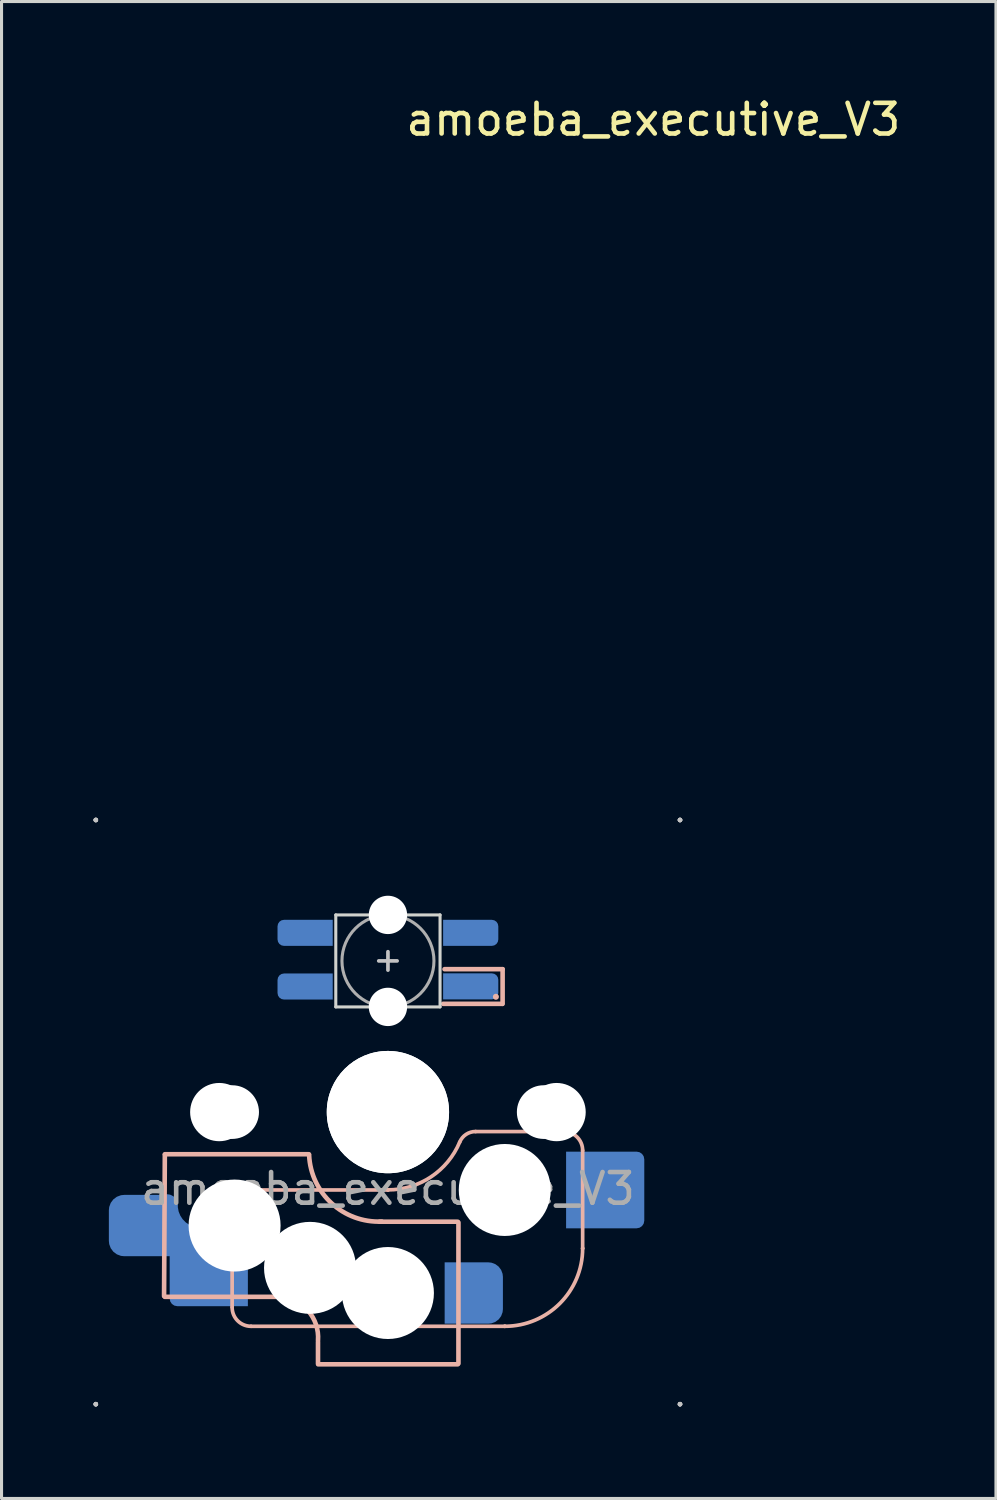
<source format=kicad_pcb>
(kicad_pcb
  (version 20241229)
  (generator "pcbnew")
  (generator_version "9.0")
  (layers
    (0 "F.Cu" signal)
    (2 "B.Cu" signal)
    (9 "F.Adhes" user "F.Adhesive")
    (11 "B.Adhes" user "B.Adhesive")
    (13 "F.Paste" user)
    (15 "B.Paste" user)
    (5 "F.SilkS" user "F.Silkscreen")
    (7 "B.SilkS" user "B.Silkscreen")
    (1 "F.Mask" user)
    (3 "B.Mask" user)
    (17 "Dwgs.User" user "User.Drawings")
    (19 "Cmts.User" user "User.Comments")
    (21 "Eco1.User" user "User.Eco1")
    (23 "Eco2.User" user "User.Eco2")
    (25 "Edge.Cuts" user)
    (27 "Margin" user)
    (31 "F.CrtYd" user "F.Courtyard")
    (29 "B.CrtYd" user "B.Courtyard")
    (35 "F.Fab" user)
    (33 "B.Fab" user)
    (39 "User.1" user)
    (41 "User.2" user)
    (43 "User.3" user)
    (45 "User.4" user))
  (footprint "amoeba_executive_V3"
    (layer "F.Cu")
    (at 9.6 33.215)
    (property "Reference" "amoeba_executive_V3" (at 8.655 -32.367 0) (unlocked yes) (layer "F.SilkS") (effects (font (size 1 1) (thickness 0.15))))
    (attr through_hole)
    (fp_line (start -7.275 1.4) (end -7.3 6) (stroke (width 0.15) (type solid)) (layer "B.SilkS"))
    (fp_line (start -5.08 2.54) (end -5.08 2.54) (stroke (width 0.12) (type solid)) (layer "B.SilkS"))
    (fp_line (start -5.08 2.54) (end -5.08 2.54) (stroke (width 0.12) (type solid)) (layer "B.SilkS"))
    (fp_line (start -5.08 6.36) (end -5.08 2.54) (stroke (width 0.12) (type solid)) (layer "B.SilkS"))
    (fp_line (start -4.46 6.985) (end 3.81 6.985) (stroke (width 0.12) (type solid)) (layer "B.SilkS"))
    (fp_line (start -3.5 6.025) (end -7.275 6.025) (stroke (width 0.15) (type solid)) (layer "B.SilkS"))
    (fp_line (start -2.575 1.375) (end -7.275 1.375) (stroke (width 0.15) (type solid)) (layer "B.SilkS"))
    (fp_line (start -2.28 7.5) (end -2.28 8.2) (stroke (width 0.15) (type solid)) (layer "B.SilkS"))
    (fp_line (start 0 2.54) (end -5.08 2.54) (stroke (width 0.12) (type solid)) (layer "B.SilkS"))
    (fp_line (start 0 2.54) (end 0 2.54) (stroke (width 0.12) (type solid)) (layer "B.SilkS"))
    (fp_line (start 1.8 -3.53) (end 3.724 -3.53) (stroke (width 0.15) (type solid)) (layer "B.SilkS"))
    (fp_line (start 2.275 3.575) (end -0.275 3.575) (stroke (width 0.15) (type solid)) (layer "B.SilkS"))
    (fp_line (start 2.275 8.225) (end -2.275 8.225) (stroke (width 0.15) (type solid)) (layer "B.SilkS"))
    (fp_line (start 2.3 3.6) (end 2.3 8.2) (stroke (width 0.15) (type solid)) (layer "B.SilkS"))
    (fp_line (start 2.86 0.635) (end 5.72 0.635) (stroke (width 0.12) (type solid)) (layer "B.SilkS"))
    (fp_line (start 3.74 -4.66) (end 1.847 -4.66) (stroke (width 0.15) (type solid)) (layer "B.SilkS"))
    (fp_line (start 3.74 -3.53) (end 3.74 -4.66) (stroke (width 0.15) (type solid)) (layer "B.SilkS"))
    (fp_line (start 3.81 6.985) (end 3.81 6.985) (stroke (width 0.12) (type solid)) (layer "B.SilkS"))
    (fp_line (start 6.35 1.25) (end 6.35 4.445) (stroke (width 0.12) (type solid)) (layer "B.SilkS"))
    (fp_line (start 6.35 4.445) (end 6.35 4.445) (stroke (width 0.12) (type solid)) (layer "B.SilkS"))
    (fp_arc (start -4.465 6.985) (mid -4.899871 6.804871) (end -5.08 6.37) (stroke (width 0.12) (type default)) (layer "B.SilkS"))
    (fp_arc (start -3.5 6.03) (mid -2.595908 6.48733) (end -2.28 7.45) (stroke (width 0.15) (type solid)) (layer "B.SilkS"))
    (fp_arc (start -0.2 3.57) (mid -1.834422 2.975843) (end -2.57 1.4) (stroke (width 0.15) (type solid)) (layer "B.SilkS"))
    (fp_arc (start 2.34 0.98) (mid 1.405313 2.11213) (end 0 2.536928) (stroke (width 0.12) (type solid)) (layer "B.SilkS"))
    (fp_arc (start 2.34 0.98) (mid 2.547383 0.727891) (end 2.859999 0.633863) (stroke (width 0.12) (type default)) (layer "B.SilkS"))
    (fp_arc (start 5.735129 0.635) (mid 6.170016 0.815134) (end 6.350129 1.25) (stroke (width 0.12) (type default)) (layer "B.SilkS"))
    (fp_arc (start 6.35 4.445) (mid 5.606051 6.241051) (end 3.81 6.985) (stroke (width 0.12) (type solid)) (layer "B.SilkS"))
    (fp_circle (center 3.521 -3.76) (end 3.62 -3.76) (stroke (width 0) (type solid)) (fill yes) (layer "B.SilkS"))
    (fp_line (start -9.525 -9.525) (end -9.525 -9.525) (stroke (width 0.15) (type solid)) (layer "Dwgs.User"))
    (fp_line (start -9.525 -9.525) (end -9.525 -9.525) (stroke (width 0.15) (type solid)) (layer "Dwgs.User"))
    (fp_line (start -9.525 -9.525) (end -9.525 -9.525) (stroke (width 0.15) (type solid)) (layer "Dwgs.User"))
    (fp_line (start -9.525 -9.525) (end -9.525 -9.525) (stroke (width 0.15) (type solid)) (layer "Dwgs.User"))
    (fp_line (start -9.525 9.525) (end -9.525 9.525) (stroke (width 0.15) (type solid)) (layer "Dwgs.User"))
    (fp_line (start -9.525 9.525) (end -9.525 9.525) (stroke (width 0.15) (type solid)) (layer "Dwgs.User"))
    (fp_line (start -9.525 9.525) (end -9.525 9.525) (stroke (width 0.15) (type solid)) (layer "Dwgs.User"))
    (fp_line (start -9.525 9.525) (end -9.525 9.525) (stroke (width 0.15) (type solid)) (layer "Dwgs.User"))
    (fp_line (start -0.299 -4.93) (end 0.3 -4.93) (stroke (width 0.12) (type solid)) (layer "Dwgs.User"))
    (fp_line (start 0.001 -4.63) (end 0.001 -5.23) (stroke (width 0.12) (type solid)) (layer "Dwgs.User"))
    (fp_line (start 9.525 -9.525) (end 9.525 -9.525) (stroke (width 0.15) (type solid)) (layer "Dwgs.User"))
    (fp_line (start 9.525 -9.525) (end 9.525 -9.525) (stroke (width 0.15) (type solid)) (layer "Dwgs.User"))
    (fp_line (start 9.525 -9.525) (end 9.525 -9.525) (stroke (width 0.15) (type solid)) (layer "Dwgs.User"))
    (fp_line (start 9.525 -9.525) (end 9.525 -9.525) (stroke (width 0.15) (type solid)) (layer "Dwgs.User"))
    (fp_line (start 9.525 9.525) (end 9.525 9.525) (stroke (width 0.15) (type solid)) (layer "Dwgs.User"))
    (fp_line (start 9.525 9.525) (end 9.525 9.525) (stroke (width 0.15) (type solid)) (layer "Dwgs.User"))
    (fp_line (start 9.525 9.525) (end 9.525 9.525) (stroke (width 0.15) (type solid)) (layer "Dwgs.User"))
    (fp_line (start 9.525 9.525) (end 9.525 9.525) (stroke (width 0.15) (type solid)) (layer "Dwgs.User"))
    (fp_line (start -9.525 -1.27) (end -9.525 -3.81) (stroke (width 0.1) (type solid)) (layer "Eco1.User"))
    (fp_line (start -9.525 1.27) (end -9.525 3.81) (stroke (width 0.1) (type solid)) (layer "Eco1.User"))
    (fp_line (start -8.255 -7.62) (end -8.255 -5.08) (stroke (width 0.1) (type solid)) (layer "Eco1.User"))
    (fp_line (start -8.255 5.08) (end -8.255 7.62) (stroke (width 0.1) (type solid)) (layer "Eco1.User"))
    (fp_line (start -7.62 -8.255) (end -6.35 -8.255) (stroke (width 0.1) (type solid)) (layer "Eco1.User"))
    (fp_line (start -7.62 -7.62) (end -5.62 -7.62) (stroke (width 0.381) (type solid)) (layer "Eco1.User"))
    (fp_line (start -7.62 -5.62) (end -7.62 -7.62) (stroke (width 0.381) (type solid)) (layer "Eco1.User"))
    (fp_line (start -7.62 5.62) (end -7.62 7.62) (stroke (width 0.381) (type solid)) (layer "Eco1.User"))
    (fp_line (start -7.62 7.62) (end -5.62 7.62) (stroke (width 0.381) (type solid)) (layer "Eco1.User"))
    (fp_line (start -7.62 8.255) (end -6.35 8.255) (stroke (width 0.1) (type solid)) (layer "Eco1.User"))
    (fp_line (start -5.08 -9.525) (end -2.293 -9.525) (stroke (width 0.1) (type solid)) (layer "Eco1.User"))
    (fp_line (start -5.08 9.525) (end -2.293 9.525) (stroke (width 0.1) (type solid)) (layer "Eco1.User"))
    (fp_line (start 0.247 9.525) (end 5.08 9.525) (stroke (width 0.1) (type solid)) (layer "Eco1.User"))
    (fp_line (start 5.08 -9.525) (end 0.247 -9.525) (stroke (width 0.1) (type solid)) (layer "Eco1.User"))
    (fp_line (start 5.62 -7.62) (end 7.62 -7.62) (stroke (width 0.381) (type solid)) (layer "Eco1.User"))
    (fp_line (start 5.62 7.62) (end 7.62 7.62) (stroke (width 0.381) (type solid)) (layer "Eco1.User"))
    (fp_line (start 6.35 -8.255) (end 7.62 -8.255) (stroke (width 0.1) (type solid)) (layer "Eco1.User"))
    (fp_line (start 7.62 -5.62) (end 7.62 -7.62) (stroke (width 0.381) (type solid)) (layer "Eco1.User"))
    (fp_line (start 7.62 7.62) (end 7.62 5.62) (stroke (width 0.381) (type solid)) (layer "Eco1.User"))
    (fp_line (start 7.62 8.255) (end 6.35 8.255) (stroke (width 0.1) (type solid)) (layer "Eco1.User"))
    (fp_line (start 8.255 -7.62) (end 8.255 -5.08) (stroke (width 0.1) (type solid)) (layer "Eco1.User"))
    (fp_line (start 8.255 7.62) (end 8.255 5.08) (stroke (width 0.1) (type solid)) (layer "Eco1.User"))
    (fp_line (start 9.525 -1.27) (end 9.525 -3.81) (stroke (width 0.1) (type solid)) (layer "Eco1.User"))
    (fp_line (start 9.525 1.27) (end 9.525 3.81) (stroke (width 0.1) (type solid)) (layer "Eco1.User"))
    (fp_arc (start -9.525 -3.81) (mid -9.339013 -4.259013) (end -8.89 -4.445) (stroke (width 0.1) (type solid)) (layer "Eco1.User"))
    (fp_arc (start -9.525 -1.8) (mid -7.725 0) (end -9.525 1.8) (stroke (width 0.1) (type solid)) (layer "Eco1.User"))
    (fp_arc (start -9.525 -1.27) (mid -8.255 0) (end -9.525 1.27) (stroke (width 0.1) (type solid)) (layer "Eco1.User"))
    (fp_arc (start -8.89 4.445) (mid -9.339013 4.259013) (end -9.525 3.81) (stroke (width 0.1) (type solid)) (layer "Eco1.User"))
    (fp_arc (start -8.89 4.445) (mid -8.440987 4.630987) (end -8.255 5.08) (stroke (width 0.1) (type solid)) (layer "Eco1.User"))
    (fp_arc (start -8.255 -7.62) (mid -8.069013 -8.069013) (end -7.62 -8.255) (stroke (width 0.1) (type solid)) (layer "Eco1.User"))
    (fp_arc (start -8.255 -5.08) (mid -8.440987 -4.630987) (end -8.89 -4.445) (stroke (width 0.1) (type solid)) (layer "Eco1.User"))
    (fp_arc (start -7.62 8.255) (mid -8.069013 8.069013) (end -8.255 7.62) (stroke (width 0.1) (type solid)) (layer "Eco1.User"))
    (fp_arc (start -6.35 8.255) (mid -5.900987 8.440987) (end -5.715 8.89) (stroke (width 0.1) (type solid)) (layer "Eco1.User"))
    (fp_arc (start -5.715 -8.89) (mid -5.900987 -8.440987) (end -6.35 -8.255) (stroke (width 0.1) (type solid)) (layer "Eco1.User"))
    (fp_arc (start -5.715 -8.89) (mid -5.529013 -9.339013) (end -5.08 -9.525) (stroke (width 0.1) (type solid)) (layer "Eco1.User"))
    (fp_arc (start -5.08 9.525) (mid -5.529013 9.339013) (end -5.715 8.89) (stroke (width 0.1) (type solid)) (layer "Eco1.User"))
    (fp_arc (start -2.8264 9.525) (mid -1.023 7.7216) (end 0.7804 9.525) (stroke (width 0.1) (type solid)) (layer "Eco1.User"))
    (fp_arc (start -2.293 9.525) (mid -1.023 8.255) (end 0.247 9.525) (stroke (width 0.1) (type solid)) (layer "Eco1.User"))
    (fp_arc (start 0.247 -9.525) (mid -1.023 -8.255) (end -2.293 -9.525) (stroke (width 0.1) (type solid)) (layer "Eco1.User"))
    (fp_arc (start 0.7804 -9.525) (mid -1.023 -7.7216) (end -2.8264 -9.525) (stroke (width 0.1) (type solid)) (layer "Eco1.User"))
    (fp_arc (start 5.08 -9.525) (mid 5.529013 -9.339013) (end 5.715 -8.89) (stroke (width 0.1) (type solid)) (layer "Eco1.User"))
    (fp_arc (start 5.715 8.89) (mid 5.529013 9.339013) (end 5.08 9.525) (stroke (width 0.1) (type solid)) (layer "Eco1.User"))
    (fp_arc (start 5.715 8.89) (mid 5.900987 8.440987) (end 6.35 8.255) (stroke (width 0.1) (type solid)) (layer "Eco1.User"))
    (fp_arc (start 6.35 -8.255) (mid 5.900987 -8.440987) (end 5.715 -8.89) (stroke (width 0.1) (type solid)) (layer "Eco1.User"))
    (fp_arc (start 7.62 -8.255) (mid 8.069013 -8.069013) (end 8.255 -7.62) (stroke (width 0.1) (type solid)) (layer "Eco1.User"))
    (fp_arc (start 8.255 5.08) (mid 8.440987 4.630987) (end 8.89 4.445) (stroke (width 0.1) (type solid)) (layer "Eco1.User"))
    (fp_arc (start 8.255 7.62) (mid 8.069013 8.069013) (end 7.62 8.255) (stroke (width 0.1) (type solid)) (layer "Eco1.User"))
    (fp_arc (start 8.89 -4.445) (mid 8.440987 -4.630987) (end 8.255 -5.08) (stroke (width 0.1) (type solid)) (layer "Eco1.User"))
    (fp_arc (start 8.89 -4.445) (mid 9.339013 -4.259013) (end 9.525 -3.81) (stroke (width 0.1) (type solid)) (layer "Eco1.User"))
    (fp_arc (start 9.525 1.27) (mid 8.255 0) (end 9.525 -1.27) (stroke (width 0.1) (type solid)) (layer "Eco1.User"))
    (fp_arc (start 9.525 1.8254) (mid 7.6996 0) (end 9.525 -1.8254) (stroke (width 0.1) (type solid)) (layer "Eco1.User"))
    (fp_arc (start 9.525 3.81) (mid 9.339013 4.259013) (end 8.89 4.445) (stroke (width 0.1) (type solid)) (layer "Eco1.User"))
    (fp_rect (start 7 7) (end -7 -7) (stroke (width 0.1) (type default)) (fill no) (layer "Eco2.User"))
    (fp_line (start -1.7 -6.43) (end -1.7 -3.43) (stroke (width 0.1) (type solid)) (layer "Edge.Cuts"))
    (fp_line (start 1.7 -6.43) (end -1.7 -6.43) (stroke (width 0.1) (type solid)) (layer "Edge.Cuts"))
    (fp_line (start 1.7 -3.43) (end -1.7 -3.43) (stroke (width 0.1) (type solid)) (layer "Edge.Cuts"))
    (fp_line (start 1.7 -3.43) (end 1.7 -6.43) (stroke (width 0.1) (type solid)) (layer "Edge.Cuts"))
    (fp_circle (center 0.001 -4.93) (end 0.001 -6.43) (stroke (width 0.1) (type solid)) (fill no) (layer "F.Fab"))
    (fp_line (start -9.525 9.525) (end -9.525 -9.525) (stroke (width 0.15) (type solid)) (layer "User.2"))
    (fp_line (start 9.525 -9.525) (end -9.525 -9.525) (stroke (width 0.15) (type solid)) (layer "User.2"))
    (fp_line (start 9.525 9.525) (end -9.525 9.525) (stroke (width 0.15) (type solid)) (layer "User.2"))
    (fp_line (start 9.525 9.525) (end 9.525 -9.525) (stroke (width 0.15) (type solid)) (layer "User.2"))
    (fp_text user "${REFERENCE}" (at 0 2.5 0) (unlocked yes) (layer "F.Fab") (effects (font (size 1 1) (thickness 0.15))))
    (pad "" np_thru_hole circle (at -5.5 0 90) (size 1.9 1.9) (drill 1.9) (layers "*.Cu" "*.Mask"))
    (pad "" np_thru_hole circle (at -5.08 0) (size 1.7 1.7) (drill 1.7) (layers "*.Cu" "*.Mask"))
    (pad "" np_thru_hole circle (at -5.08 0 180) (size 1.75 1.75) (drill 1.75) (layers "*.Cu" "*.Mask"))
    (pad "" np_thru_hole circle (at -5 3.7 90) (size 3 3) (drill 3) (layers "*.Cu" "*.Mask"))
    (pad "" smd roundrect (at -2.689 -5.845) (size 1.82 0.85) (layers "B.Mask") (roundrect_rratio 0.25) (chamfer_ratio 0) (chamfer top_right bottom_right))
    (pad "" smd roundrect (at -2.689 -4.095) (size 1.82 0.84) (layers "B.Mask") (roundrect_rratio 0.25) (chamfer_ratio 0) (chamfer top_right bottom_right))
    (pad "" np_thru_hole circle (at -2.54 5.08 180) (size 3 3) (drill 3) (layers "*.Cu" "*.Mask"))
    (pad "" np_thru_hole circle (at 0 0 180) (size 3.988 3.988) (drill 3.988) (layers "*.Cu" "*.Mask"))
    (pad "" np_thru_hole circle (at 0 0 180) (size 3.988 3.988) (drill 3.988) (layers "*.Cu" "*.Mask"))
    (pad "" np_thru_hole circle (at 0 5.9 90) (size 3 3) (drill 3) (layers "*.Cu" "*.Mask"))
    (pad "" np_thru_hole circle (at 0.001 -6.43 180) (size 1.25 1.25) (drill 1.25) (layers "*.Cu" "*.Mask"))
    (pad "" np_thru_hole circle (at 0.001 -3.43 180) (size 1.25 1.25) (drill 1.25) (layers "*.Cu" "*.Mask"))
    (pad "" smd rect (at 2.471 -4.09 180) (size 1.38 0.84) (layers "B.Mask"))
    (pad "" smd roundrect (at 2.691 -5.84 180) (size 1.82 0.84) (layers "B.Mask") (roundrect_rratio 0.25) (chamfer_ratio 0) (chamfer top_right bottom_right))
    (pad "" smd roundrect (at 2.855 -4.09 180) (size 1.49 0.84) (layers "B.Mask") (roundrect_rratio 0.25) (chamfer_ratio 0.5) (chamfer top_left))
    (pad "" np_thru_hole circle (at 3.81 2.54 180) (size 3 3) (drill 3) (layers "*.Cu" "*.Mask"))
    (pad "" np_thru_hole circle (at 5.08 0) (size 1.7 1.7) (drill 1.7) (layers "*.Cu" "*.Mask"))
    (pad "" np_thru_hole circle (at 5.08 0 180) (size 1.75 1.75) (drill 1.75) (layers "*.Cu" "*.Mask"))
    (pad "" np_thru_hole circle (at 5.5 0 90) (size 1.9 1.9) (drill 1.9) (layers "*.Cu" "*.Mask"))
    (pad "1" smd custom (at -2.7 -5.845) (size 0.85 0.85) (layers "B.Cu") (options (anchor circle)) (primitives (gr_poly (pts (xy -0.9 -0.212) (xy -0.884 -0.294) (xy -0.838 -0.363) (xy -0.769 -0.409) (xy -0.688 -0.425) (xy 0.9 -0.425) (xy 0.9 0.425) (xy -0.688 0.425) (xy -0.769 0.409) (xy -0.838 0.363) (xy -0.884 0.294) (xy -0.9 0.212)) (width 0) (fill yes))))
    (pad "2" smd custom (at -2.7 -4.095 180) (size 0.85 0.85) (layers "B.Cu") (options (anchor circle)) (primitives (gr_poly (pts (xy -0.9 -0.425) (xy 0.688 -0.425) (xy 0.769 -0.409) (xy 0.838 -0.363) (xy 0.884 -0.294) (xy 0.9 -0.212) (xy 0.9 0.212) (xy 0.884 0.294) (xy 0.838 0.363) (xy 0.769 0.409) (xy 0.688 0.425) (xy -0.9 0.425)) (width 0) (fill yes))))
    (pad "3" smd custom (at 2.7 -4.1 180) (size 0.85 0.85) (layers "B.Cu") (options (anchor circle)) (primitives (gr_poly (pts (xy 0.9 -0.425) (xy -0.688 -0.425) (xy -0.769 -0.409) (xy -0.838 -0.363) (xy -0.884 -0.294) (xy -0.9 -0.212) (xy -0.9 0.212) (xy -0.884 0.294) (xy -0.838 0.363) (xy -0.769 0.409) (xy -0.688 0.425) (xy 0.9 0.425)) (width 0) (fill yes))))
    (pad "4" smd custom (at 2.7 -5.845) (size 0.85 0.85) (layers "B.Cu") (options (anchor circle)) (primitives (gr_poly (pts (xy -0.9 -0.425) (xy 0.688 -0.425) (xy 0.769 -0.409) (xy 0.838 -0.363) (xy 0.884 -0.294) (xy 0.9 -0.212) (xy 0.9 0.212) (xy 0.884 0.294) (xy 0.838 0.363) (xy 0.769 0.409) (xy 0.688 0.425) (xy -0.9 0.425)) (width 0) (fill yes))))
    (pad "5" smd roundrect (at 2.8 5.9 180) (size 1.9 2) (layers "B.Cu" "B.Mask" "B.Paste") (roundrect_rratio 0.25) (chamfer_ratio 0) (chamfer top_right bottom_right))
    (pad "5" smd roundrect (at 7.085 2.54 180) (size 2.55 2.5) (layers "B.Cu" "B.Mask" "B.Paste") (roundrect_rratio 0.1) (chamfer_ratio 0) (chamfer top_right bottom_right))
    (pad "6" smd roundrect (at -8.1 3.7 180) (size 2 2) (layers "B.Cu" "B.Mask" "B.Paste") (roundrect_rratio 0.25) (chamfer_ratio 0) (chamfer top_left bottom_left))
    (pad "6" smd custom (at -5.842 5.08 180) (size 2.5 2.5) (layers "B.Cu" "B.Mask" "B.Paste") (options (anchor circle)) (primitives (gr_poly (pts (xy -1.275 -1.25) (xy 1.025 -1.25) (xy 1.121 -1.231) (xy 1.202 -1.177) (xy 1.256 -1.096) (xy 1.275 -1) (xy 1.275 1.25) (xy -1.275 1.25)) (width 0) (fill yes)) (gr_arc (start 0.288 0.97) (mid 1.048164 1.286953) (end 1.357999 2.050046) (width 0.7))))
    (zone (net_name "") (layers "B.Cu" "F.Adhes" "B.Adhes" "F.Paste" "B.Paste") (hatch edge 0.5) (connect_pads) (min_thickness 0.25) (filled_areas_thickness no) (keepout (tracks not_allowed) (vias not_allowed) (pads not_allowed) (copperpour not_allowed) (footprints not_allowed)) (placement (enabled no)) (fill) (polygon (pts (xy 2.9 36.595) (xy 2.88 37.195) (xy 2.92 37.465) (xy 3.03 37.735) (xy 3.2 38.005) (xy 3.36 38.195) (xy 3.64 38.365) (xy 3.97 38.505) (xy 4.34 38.575) (xy 4.78 38.615) (xy 5.16 38.595) (xy 5.26 38.365) (xy 4.89 37.265) (xy 2.92 36.585)))))
  (gr_rect
    (start -3 -3)
    (end 29.428 45.815)
    (stroke (width 0.1) (type default))
    (fill no)
    (layer "Edge.Cuts")))
</source>
